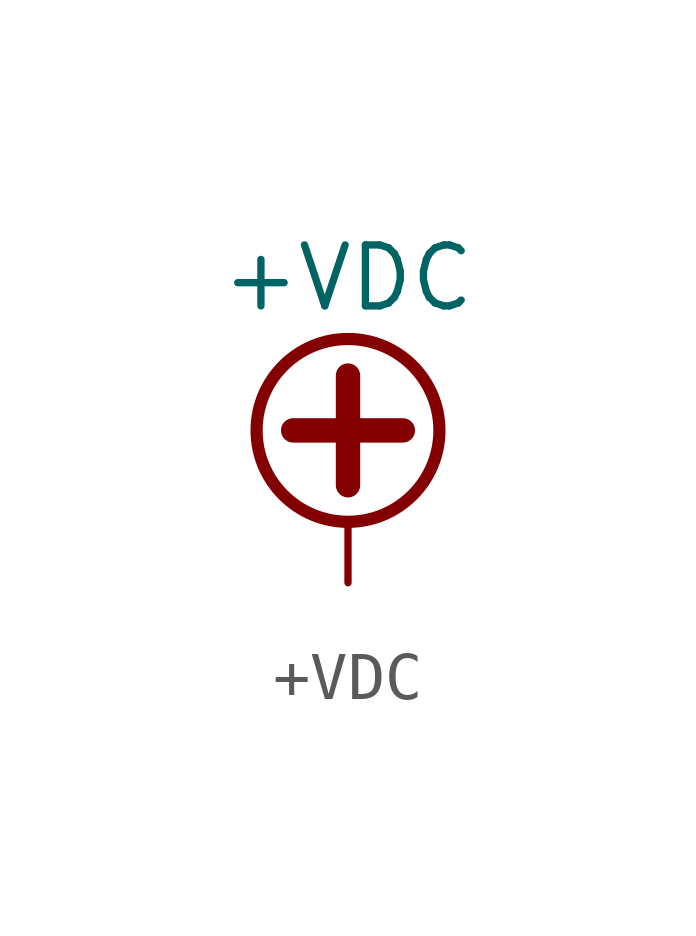
<source format=kicad_sym>
(kicad_symbol_lib
  (version 20241209)
  (generator "kicad_symbol_editor")
  (generator_version "9.0")
  (symbol "+VDC"
    (power)
    (pin_names
      (offset 0))
    (property "Reference" "#PWR"
      (at 0 -2.54 0)
      (effects (font (size 1.27 1.27)) (hide yes)))
    (property "Value" "+VDC"
      (at 0 6.35 0)
      (effects (font (size 1.27 1.27))))
    (symbol "+VDC_0_1"
      (polyline (pts (xy -1.143 3.175) (xy 1.143 3.175)) (stroke (width 0.508) (type default)) (fill (type none)))
      (circle (center 0 3.175) (radius 1.905) (stroke (width 0.254) (type default)) (fill (type none)))
      (polyline (pts (xy 0 2.032) (xy 0 4.318)) (stroke (width 0.508) (type default)) (fill (type none)))
      (polyline (pts (xy 0 0) (xy 0 1.27)) (stroke (width 0) (type default)) (fill (type none))))
    (symbol "+VDC_1_1"
      (pin power_in line (at 0 0 90) (length 0) (hide yes) (name "+VDC" (effects (font (size 1.27 1.27)))) (number "1" (effects (font (size 1.27 1.27))))))))
</source>
